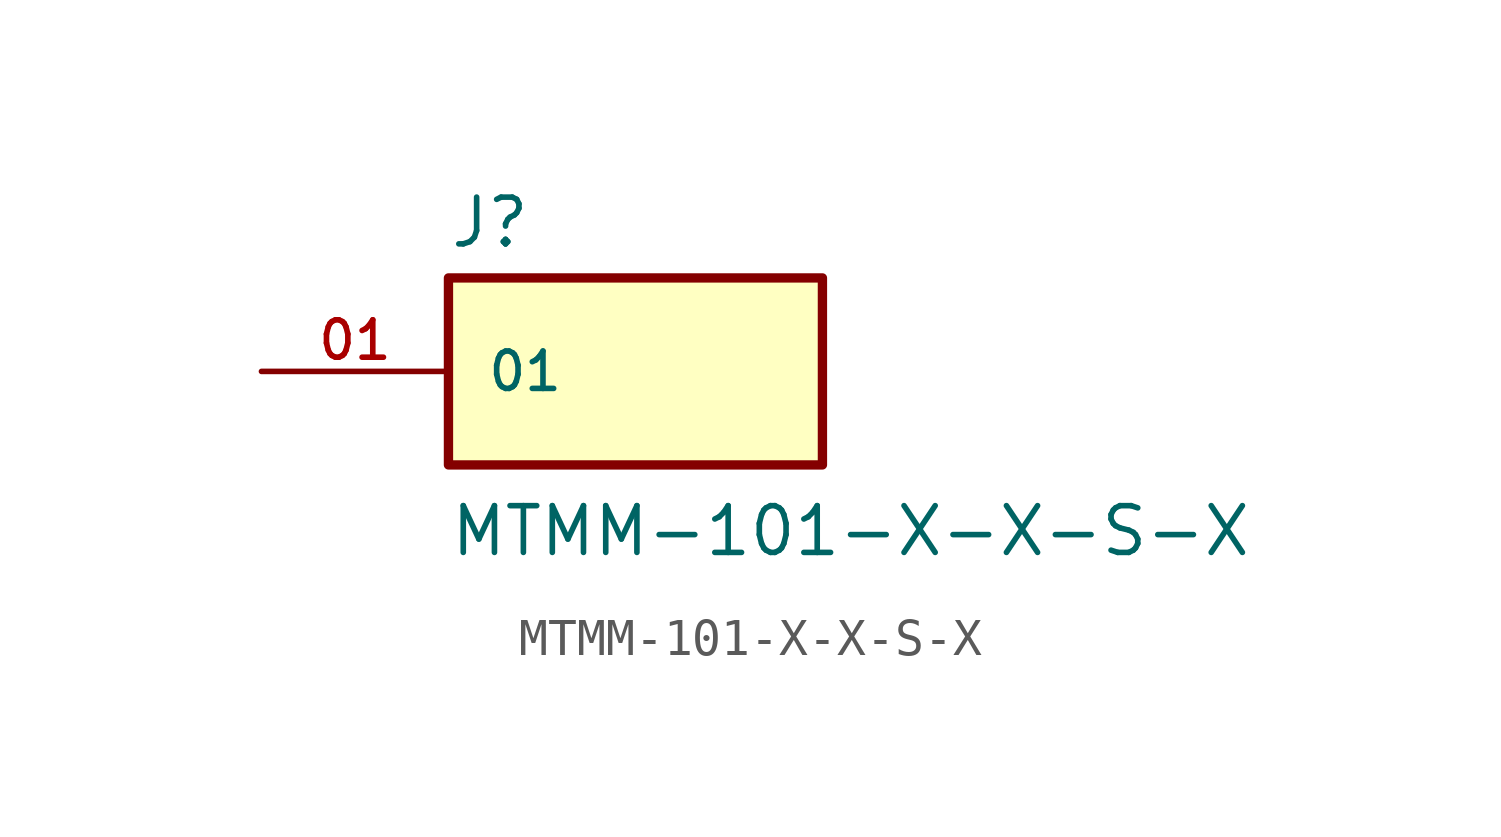
<source format=kicad_sym>
(kicad_symbol_lib
  (version 20211014)
  (generator kicad_symbol_editor)
  (symbol "MTMM-101-X-X-S-X"
    (pin_names
      (offset 1.016))
    (property "Reference" "J"
      (at -5.08 3.302 0)
      (effects (font (size 1.27 1.27)) (justify bottom left)))
    (property "Value" "MTMM-101-X-X-S-X"
      (at -5.08 -5.08 0)
      (effects (font (size 1.27 1.27)) (justify bottom left)))
    (symbol "MTMM-101-X-X-S-X_0_0"
      (rectangle (start -5.08 -2.54) (end 5.08 2.54) (stroke (width 0.254)) (fill (type background)))
      (pin passive line (at -10.16 0.0 0) (length 5.08) (name "01" (effects (font (size 1.016 1.016)))) (number "01" (effects (font (size 1.016 1.016))))))))
</source>
